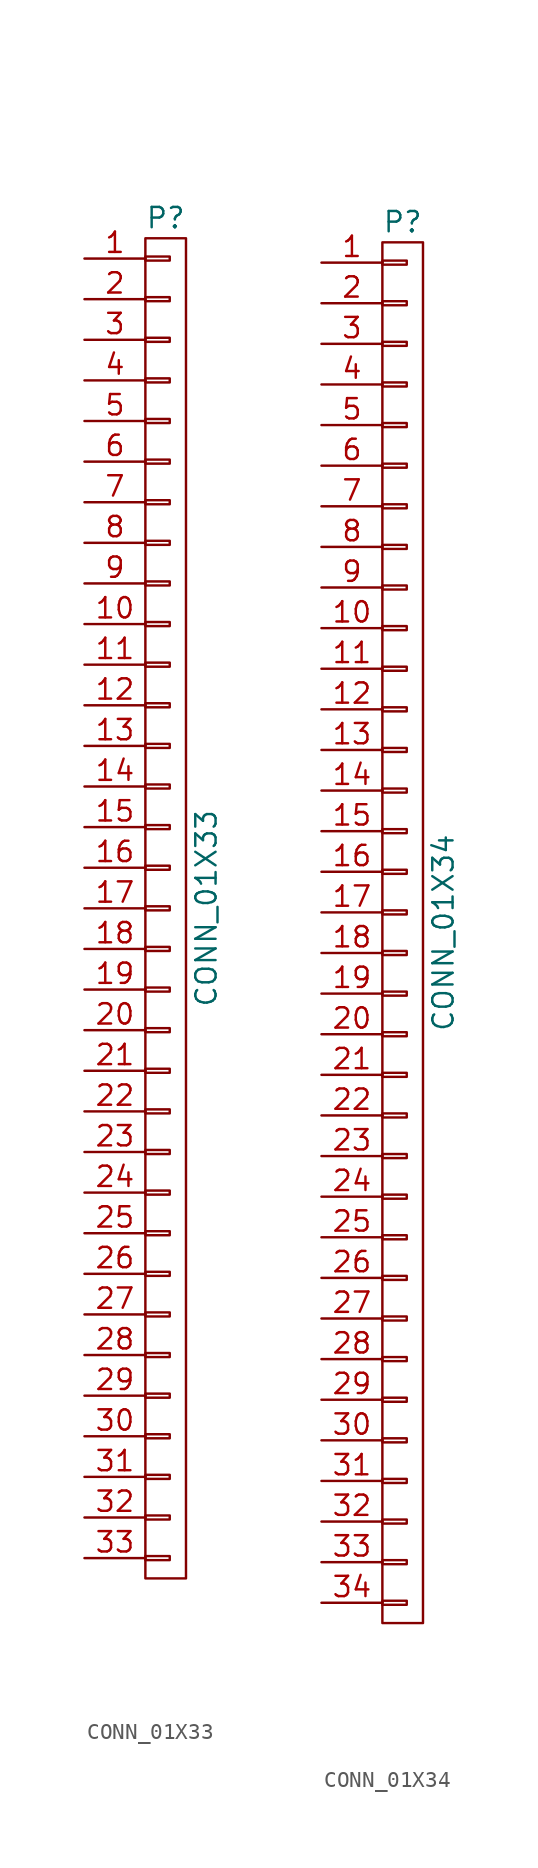
<source format=kicad_sym>
(kicad_symbol_lib
  (version 20231120)
  (generator "kicad_symbol_editor")
  (generator_version "8.0")
  (symbol "CONN_01X33"
    (pin_names
      (offset 1.016) hide)
    (property "Reference" "P"
      (at 0 43.18 0)
      (effects (font (size 1.27 1.27))))
    (property "Value" "CONN_01X33"
      (at 2.54 0 90)
      (effects (font (size 1.27 1.27))))
    (property "Footprint" ""
      (at 0 0 0)
      (effects (font (size 1.27 1.27))))
    (property "Datasheet" ""
      (at 0 0 0)
      (effects (font (size 1.27 1.27))))
    (symbol "CONN_01X33_0_1"
      (rectangle (start -1.27 -41.91) (end 1.27 41.91) (stroke (width 0) (type solid)) (fill (type none)))
      (rectangle (start -1.27 -40.513) (end 0.254 -40.767) (stroke (width 0) (type solid)) (fill (type none)))
      (rectangle (start -1.27 -37.973) (end 0.254 -38.227) (stroke (width 0) (type solid)) (fill (type none)))
      (rectangle (start -1.27 -35.433) (end 0.254 -35.687) (stroke (width 0) (type solid)) (fill (type none)))
      (rectangle (start -1.27 -32.893) (end 0.254 -33.147) (stroke (width 0) (type solid)) (fill (type none)))
      (rectangle (start -1.27 -30.353) (end 0.254 -30.607) (stroke (width 0) (type solid)) (fill (type none)))
      (rectangle (start -1.27 -27.813) (end 0.254 -28.067) (stroke (width 0) (type solid)) (fill (type none)))
      (rectangle (start -1.27 -25.273) (end 0.254 -25.527) (stroke (width 0) (type solid)) (fill (type none)))
      (rectangle (start -1.27 -22.733) (end 0.254 -22.987) (stroke (width 0) (type solid)) (fill (type none)))
      (rectangle (start -1.27 -20.193) (end 0.254 -20.447) (stroke (width 0) (type solid)) (fill (type none)))
      (rectangle (start -1.27 -17.653) (end 0.254 -17.907) (stroke (width 0) (type solid)) (fill (type none)))
      (rectangle (start -1.27 -15.113) (end 0.254 -15.367) (stroke (width 0) (type solid)) (fill (type none)))
      (rectangle (start -1.27 -12.573) (end 0.254 -12.827) (stroke (width 0) (type solid)) (fill (type none)))
      (rectangle (start -1.27 -10.033) (end 0.254 -10.287) (stroke (width 0) (type solid)) (fill (type none)))
      (rectangle (start -1.27 -7.493) (end 0.254 -7.747) (stroke (width 0) (type solid)) (fill (type none)))
      (rectangle (start -1.27 -4.953) (end 0.254 -5.207) (stroke (width 0) (type solid)) (fill (type none)))
      (rectangle (start -1.27 -2.413) (end 0.254 -2.667) (stroke (width 0) (type solid)) (fill (type none)))
      (rectangle (start -1.27 0.127) (end 0.254 -0.127) (stroke (width 0) (type solid)) (fill (type none)))
      (rectangle (start -1.27 2.667) (end 0.254 2.413) (stroke (width 0) (type solid)) (fill (type none)))
      (rectangle (start -1.27 5.207) (end 0.254 4.953) (stroke (width 0) (type solid)) (fill (type none)))
      (rectangle (start -1.27 7.747) (end 0.254 7.493) (stroke (width 0) (type solid)) (fill (type none)))
      (rectangle (start -1.27 10.287) (end 0.254 10.033) (stroke (width 0) (type solid)) (fill (type none)))
      (rectangle (start -1.27 12.827) (end 0.254 12.573) (stroke (width 0) (type solid)) (fill (type none)))
      (rectangle (start -1.27 15.367) (end 0.254 15.113) (stroke (width 0) (type solid)) (fill (type none)))
      (rectangle (start -1.27 17.907) (end 0.254 17.653) (stroke (width 0) (type solid)) (fill (type none)))
      (rectangle (start -1.27 20.447) (end 0.254 20.193) (stroke (width 0) (type solid)) (fill (type none)))
      (rectangle (start -1.27 22.987) (end 0.254 22.733) (stroke (width 0) (type solid)) (fill (type none)))
      (rectangle (start -1.27 25.527) (end 0.254 25.273) (stroke (width 0) (type solid)) (fill (type none)))
      (rectangle (start -1.27 28.067) (end 0.254 27.813) (stroke (width 0) (type solid)) (fill (type none)))
      (rectangle (start -1.27 30.607) (end 0.254 30.353) (stroke (width 0) (type solid)) (fill (type none)))
      (rectangle (start -1.27 33.147) (end 0.254 32.893) (stroke (width 0) (type solid)) (fill (type none)))
      (rectangle (start -1.27 35.687) (end 0.254 35.433) (stroke (width 0) (type solid)) (fill (type none)))
      (rectangle (start -1.27 38.227) (end 0.254 37.973) (stroke (width 0) (type solid)) (fill (type none)))
      (rectangle (start -1.27 40.767) (end 0.254 40.513) (stroke (width 0) (type solid)) (fill (type none))))
    (symbol "CONN_01X33_1_1"
      (pin passive line (at -5.08 40.64 0) (length 3.81) (name "P1" (effects (font (size 1.27 1.27)))) (number "1" (effects (font (size 1.27 1.27)))))
      (pin passive line (at -5.08 17.78 0) (length 3.81) (name "P10" (effects (font (size 1.27 1.27)))) (number "10" (effects (font (size 1.27 1.27)))))
      (pin passive line (at -5.08 15.24 0) (length 3.81) (name "P11" (effects (font (size 1.27 1.27)))) (number "11" (effects (font (size 1.27 1.27)))))
      (pin passive line (at -5.08 12.7 0) (length 3.81) (name "P12" (effects (font (size 1.27 1.27)))) (number "12" (effects (font (size 1.27 1.27)))))
      (pin passive line (at -5.08 10.16 0) (length 3.81) (name "P13" (effects (font (size 1.27 1.27)))) (number "13" (effects (font (size 1.27 1.27)))))
      (pin passive line (at -5.08 7.62 0) (length 3.81) (name "P14" (effects (font (size 1.27 1.27)))) (number "14" (effects (font (size 1.27 1.27)))))
      (pin passive line (at -5.08 5.08 0) (length 3.81) (name "P15" (effects (font (size 1.27 1.27)))) (number "15" (effects (font (size 1.27 1.27)))))
      (pin passive line (at -5.08 2.54 0) (length 3.81) (name "P16" (effects (font (size 1.27 1.27)))) (number "16" (effects (font (size 1.27 1.27)))))
      (pin passive line (at -5.08 0 0) (length 3.81) (name "P17" (effects (font (size 1.27 1.27)))) (number "17" (effects (font (size 1.27 1.27)))))
      (pin passive line (at -5.08 -2.54 0) (length 3.81) (name "P18" (effects (font (size 1.27 1.27)))) (number "18" (effects (font (size 1.27 1.27)))))
      (pin passive line (at -5.08 -5.08 0) (length 3.81) (name "P19" (effects (font (size 1.27 1.27)))) (number "19" (effects (font (size 1.27 1.27)))))
      (pin passive line (at -5.08 38.1 0) (length 3.81) (name "P2" (effects (font (size 1.27 1.27)))) (number "2" (effects (font (size 1.27 1.27)))))
      (pin passive line (at -5.08 -7.62 0) (length 3.81) (name "P20" (effects (font (size 1.27 1.27)))) (number "20" (effects (font (size 1.27 1.27)))))
      (pin passive line (at -5.08 -10.16 0) (length 3.81) (name "P21" (effects (font (size 1.27 1.27)))) (number "21" (effects (font (size 1.27 1.27)))))
      (pin passive line (at -5.08 -12.7 0) (length 3.81) (name "P22" (effects (font (size 1.27 1.27)))) (number "22" (effects (font (size 1.27 1.27)))))
      (pin passive line (at -5.08 -15.24 0) (length 3.81) (name "P23" (effects (font (size 1.27 1.27)))) (number "23" (effects (font (size 1.27 1.27)))))
      (pin passive line (at -5.08 -17.78 0) (length 3.81) (name "P24" (effects (font (size 1.27 1.27)))) (number "24" (effects (font (size 1.27 1.27)))))
      (pin passive line (at -5.08 -20.32 0) (length 3.81) (name "P25" (effects (font (size 1.27 1.27)))) (number "25" (effects (font (size 1.27 1.27)))))
      (pin passive line (at -5.08 -22.86 0) (length 3.81) (name "P26" (effects (font (size 1.27 1.27)))) (number "26" (effects (font (size 1.27 1.27)))))
      (pin passive line (at -5.08 -25.4 0) (length 3.81) (name "P27" (effects (font (size 1.27 1.27)))) (number "27" (effects (font (size 1.27 1.27)))))
      (pin passive line (at -5.08 -27.94 0) (length 3.81) (name "P28" (effects (font (size 1.27 1.27)))) (number "28" (effects (font (size 1.27 1.27)))))
      (pin passive line (at -5.08 -30.48 0) (length 3.81) (name "P29" (effects (font (size 1.27 1.27)))) (number "29" (effects (font (size 1.27 1.27)))))
      (pin passive line (at -5.08 35.56 0) (length 3.81) (name "P3" (effects (font (size 1.27 1.27)))) (number "3" (effects (font (size 1.27 1.27)))))
      (pin passive line (at -5.08 -33.02 0) (length 3.81) (name "P30" (effects (font (size 1.27 1.27)))) (number "30" (effects (font (size 1.27 1.27)))))
      (pin passive line (at -5.08 -35.56 0) (length 3.81) (name "P31" (effects (font (size 1.27 1.27)))) (number "31" (effects (font (size 1.27 1.27)))))
      (pin passive line (at -5.08 -38.1 0) (length 3.81) (name "P32" (effects (font (size 1.27 1.27)))) (number "32" (effects (font (size 1.27 1.27)))))
      (pin passive line (at -5.08 -40.64 0) (length 3.81) (name "P33" (effects (font (size 1.27 1.27)))) (number "33" (effects (font (size 1.27 1.27)))))
      (pin passive line (at -5.08 33.02 0) (length 3.81) (name "P4" (effects (font (size 1.27 1.27)))) (number "4" (effects (font (size 1.27 1.27)))))
      (pin passive line (at -5.08 30.48 0) (length 3.81) (name "P5" (effects (font (size 1.27 1.27)))) (number "5" (effects (font (size 1.27 1.27)))))
      (pin passive line (at -5.08 27.94 0) (length 3.81) (name "P6" (effects (font (size 1.27 1.27)))) (number "6" (effects (font (size 1.27 1.27)))))
      (pin passive line (at -5.08 25.4 0) (length 3.81) (name "P7" (effects (font (size 1.27 1.27)))) (number "7" (effects (font (size 1.27 1.27)))))
      (pin passive line (at -5.08 22.86 0) (length 3.81) (name "P8" (effects (font (size 1.27 1.27)))) (number "8" (effects (font (size 1.27 1.27)))))
      (pin passive line (at -5.08 20.32 0) (length 3.81) (name "P9" (effects (font (size 1.27 1.27)))) (number "9" (effects (font (size 1.27 1.27)))))))
  (symbol "CONN_01X34"
    (pin_names
      (offset 1.016) hide)
    (property "Reference" "P"
      (at 0 44.45 0)
      (effects (font (size 1.27 1.27))))
    (property "Value" "CONN_01X34"
      (at 2.54 0 90)
      (effects (font (size 1.27 1.27))))
    (property "Footprint" ""
      (at 0 0 0)
      (effects (font (size 1.27 1.27))))
    (property "Datasheet" ""
      (at 0 0 0)
      (effects (font (size 1.27 1.27))))
    (symbol "CONN_01X34_0_1"
      (rectangle (start -1.27 -43.18) (end 1.27 43.18) (stroke (width 0) (type solid)) (fill (type none)))
      (rectangle (start -1.27 -41.783) (end 0.254 -42.037) (stroke (width 0) (type solid)) (fill (type none)))
      (rectangle (start -1.27 -39.243) (end 0.254 -39.497) (stroke (width 0) (type solid)) (fill (type none)))
      (rectangle (start -1.27 -36.703) (end 0.254 -36.957) (stroke (width 0) (type solid)) (fill (type none)))
      (rectangle (start -1.27 -34.163) (end 0.254 -34.417) (stroke (width 0) (type solid)) (fill (type none)))
      (rectangle (start -1.27 -31.623) (end 0.254 -31.877) (stroke (width 0) (type solid)) (fill (type none)))
      (rectangle (start -1.27 -29.083) (end 0.254 -29.337) (stroke (width 0) (type solid)) (fill (type none)))
      (rectangle (start -1.27 -26.543) (end 0.254 -26.797) (stroke (width 0) (type solid)) (fill (type none)))
      (rectangle (start -1.27 -24.003) (end 0.254 -24.257) (stroke (width 0) (type solid)) (fill (type none)))
      (rectangle (start -1.27 -21.463) (end 0.254 -21.717) (stroke (width 0) (type solid)) (fill (type none)))
      (rectangle (start -1.27 -18.923) (end 0.254 -19.177) (stroke (width 0) (type solid)) (fill (type none)))
      (rectangle (start -1.27 -16.383) (end 0.254 -16.637) (stroke (width 0) (type solid)) (fill (type none)))
      (rectangle (start -1.27 -13.843) (end 0.254 -14.097) (stroke (width 0) (type solid)) (fill (type none)))
      (rectangle (start -1.27 -11.303) (end 0.254 -11.557) (stroke (width 0) (type solid)) (fill (type none)))
      (rectangle (start -1.27 -8.763) (end 0.254 -9.017) (stroke (width 0) (type solid)) (fill (type none)))
      (rectangle (start -1.27 -6.223) (end 0.254 -6.477) (stroke (width 0) (type solid)) (fill (type none)))
      (rectangle (start -1.27 -3.683) (end 0.254 -3.937) (stroke (width 0) (type solid)) (fill (type none)))
      (rectangle (start -1.27 -1.143) (end 0.254 -1.397) (stroke (width 0) (type solid)) (fill (type none)))
      (rectangle (start -1.27 1.397) (end 0.254 1.143) (stroke (width 0) (type solid)) (fill (type none)))
      (rectangle (start -1.27 3.937) (end 0.254 3.683) (stroke (width 0) (type solid)) (fill (type none)))
      (rectangle (start -1.27 6.477) (end 0.254 6.223) (stroke (width 0) (type solid)) (fill (type none)))
      (rectangle (start -1.27 9.017) (end 0.254 8.763) (stroke (width 0) (type solid)) (fill (type none)))
      (rectangle (start -1.27 11.557) (end 0.254 11.303) (stroke (width 0) (type solid)) (fill (type none)))
      (rectangle (start -1.27 14.097) (end 0.254 13.843) (stroke (width 0) (type solid)) (fill (type none)))
      (rectangle (start -1.27 16.637) (end 0.254 16.383) (stroke (width 0) (type solid)) (fill (type none)))
      (rectangle (start -1.27 19.177) (end 0.254 18.923) (stroke (width 0) (type solid)) (fill (type none)))
      (rectangle (start -1.27 21.717) (end 0.254 21.463) (stroke (width 0) (type solid)) (fill (type none)))
      (rectangle (start -1.27 24.257) (end 0.254 24.003) (stroke (width 0) (type solid)) (fill (type none)))
      (rectangle (start -1.27 26.797) (end 0.254 26.543) (stroke (width 0) (type solid)) (fill (type none)))
      (rectangle (start -1.27 29.337) (end 0.254 29.083) (stroke (width 0) (type solid)) (fill (type none)))
      (rectangle (start -1.27 31.877) (end 0.254 31.623) (stroke (width 0) (type solid)) (fill (type none)))
      (rectangle (start -1.27 34.417) (end 0.254 34.163) (stroke (width 0) (type solid)) (fill (type none)))
      (rectangle (start -1.27 36.957) (end 0.254 36.703) (stroke (width 0) (type solid)) (fill (type none)))
      (rectangle (start -1.27 39.497) (end 0.254 39.243) (stroke (width 0) (type solid)) (fill (type none)))
      (rectangle (start -1.27 42.037) (end 0.254 41.783) (stroke (width 0) (type solid)) (fill (type none))))
    (symbol "CONN_01X34_1_1"
      (pin passive line (at -5.08 41.91 0) (length 3.81) (name "P1" (effects (font (size 1.27 1.27)))) (number "1" (effects (font (size 1.27 1.27)))))
      (pin passive line (at -5.08 19.05 0) (length 3.81) (name "P10" (effects (font (size 1.27 1.27)))) (number "10" (effects (font (size 1.27 1.27)))))
      (pin passive line (at -5.08 16.51 0) (length 3.81) (name "P11" (effects (font (size 1.27 1.27)))) (number "11" (effects (font (size 1.27 1.27)))))
      (pin passive line (at -5.08 13.97 0) (length 3.81) (name "P12" (effects (font (size 1.27 1.27)))) (number "12" (effects (font (size 1.27 1.27)))))
      (pin passive line (at -5.08 11.43 0) (length 3.81) (name "P13" (effects (font (size 1.27 1.27)))) (number "13" (effects (font (size 1.27 1.27)))))
      (pin passive line (at -5.08 8.89 0) (length 3.81) (name "P14" (effects (font (size 1.27 1.27)))) (number "14" (effects (font (size 1.27 1.27)))))
      (pin passive line (at -5.08 6.35 0) (length 3.81) (name "P15" (effects (font (size 1.27 1.27)))) (number "15" (effects (font (size 1.27 1.27)))))
      (pin passive line (at -5.08 3.81 0) (length 3.81) (name "P16" (effects (font (size 1.27 1.27)))) (number "16" (effects (font (size 1.27 1.27)))))
      (pin passive line (at -5.08 1.27 0) (length 3.81) (name "P17" (effects (font (size 1.27 1.27)))) (number "17" (effects (font (size 1.27 1.27)))))
      (pin passive line (at -5.08 -1.27 0) (length 3.81) (name "P18" (effects (font (size 1.27 1.27)))) (number "18" (effects (font (size 1.27 1.27)))))
      (pin passive line (at -5.08 -3.81 0) (length 3.81) (name "P19" (effects (font (size 1.27 1.27)))) (number "19" (effects (font (size 1.27 1.27)))))
      (pin passive line (at -5.08 39.37 0) (length 3.81) (name "P2" (effects (font (size 1.27 1.27)))) (number "2" (effects (font (size 1.27 1.27)))))
      (pin passive line (at -5.08 -6.35 0) (length 3.81) (name "P20" (effects (font (size 1.27 1.27)))) (number "20" (effects (font (size 1.27 1.27)))))
      (pin passive line (at -5.08 -8.89 0) (length 3.81) (name "P21" (effects (font (size 1.27 1.27)))) (number "21" (effects (font (size 1.27 1.27)))))
      (pin passive line (at -5.08 -11.43 0) (length 3.81) (name "P22" (effects (font (size 1.27 1.27)))) (number "22" (effects (font (size 1.27 1.27)))))
      (pin passive line (at -5.08 -13.97 0) (length 3.81) (name "P23" (effects (font (size 1.27 1.27)))) (number "23" (effects (font (size 1.27 1.27)))))
      (pin passive line (at -5.08 -16.51 0) (length 3.81) (name "P24" (effects (font (size 1.27 1.27)))) (number "24" (effects (font (size 1.27 1.27)))))
      (pin passive line (at -5.08 -19.05 0) (length 3.81) (name "P25" (effects (font (size 1.27 1.27)))) (number "25" (effects (font (size 1.27 1.27)))))
      (pin passive line (at -5.08 -21.59 0) (length 3.81) (name "P26" (effects (font (size 1.27 1.27)))) (number "26" (effects (font (size 1.27 1.27)))))
      (pin passive line (at -5.08 -24.13 0) (length 3.81) (name "P27" (effects (font (size 1.27 1.27)))) (number "27" (effects (font (size 1.27 1.27)))))
      (pin passive line (at -5.08 -26.67 0) (length 3.81) (name "P28" (effects (font (size 1.27 1.27)))) (number "28" (effects (font (size 1.27 1.27)))))
      (pin passive line (at -5.08 -29.21 0) (length 3.81) (name "P29" (effects (font (size 1.27 1.27)))) (number "29" (effects (font (size 1.27 1.27)))))
      (pin passive line (at -5.08 36.83 0) (length 3.81) (name "P3" (effects (font (size 1.27 1.27)))) (number "3" (effects (font (size 1.27 1.27)))))
      (pin passive line (at -5.08 -31.75 0) (length 3.81) (name "P30" (effects (font (size 1.27 1.27)))) (number "30" (effects (font (size 1.27 1.27)))))
      (pin passive line (at -5.08 -34.29 0) (length 3.81) (name "P31" (effects (font (size 1.27 1.27)))) (number "31" (effects (font (size 1.27 1.27)))))
      (pin passive line (at -5.08 -36.83 0) (length 3.81) (name "P32" (effects (font (size 1.27 1.27)))) (number "32" (effects (font (size 1.27 1.27)))))
      (pin passive line (at -5.08 -39.37 0) (length 3.81) (name "P33" (effects (font (size 1.27 1.27)))) (number "33" (effects (font (size 1.27 1.27)))))
      (pin passive line (at -5.08 -41.91 0) (length 3.81) (name "P34" (effects (font (size 1.27 1.27)))) (number "34" (effects (font (size 1.27 1.27)))))
      (pin passive line (at -5.08 34.29 0) (length 3.81) (name "P4" (effects (font (size 1.27 1.27)))) (number "4" (effects (font (size 1.27 1.27)))))
      (pin passive line (at -5.08 31.75 0) (length 3.81) (name "P5" (effects (font (size 1.27 1.27)))) (number "5" (effects (font (size 1.27 1.27)))))
      (pin passive line (at -5.08 29.21 0) (length 3.81) (name "P6" (effects (font (size 1.27 1.27)))) (number "6" (effects (font (size 1.27 1.27)))))
      (pin passive line (at -5.08 26.67 0) (length 3.81) (name "P7" (effects (font (size 1.27 1.27)))) (number "7" (effects (font (size 1.27 1.27)))))
      (pin passive line (at -5.08 24.13 0) (length 3.81) (name "P8" (effects (font (size 1.27 1.27)))) (number "8" (effects (font (size 1.27 1.27)))))
      (pin passive line (at -5.08 21.59 0) (length 3.81) (name "P9" (effects (font (size 1.27 1.27)))) (number "9" (effects (font (size 1.27 1.27))))))))
</source>
